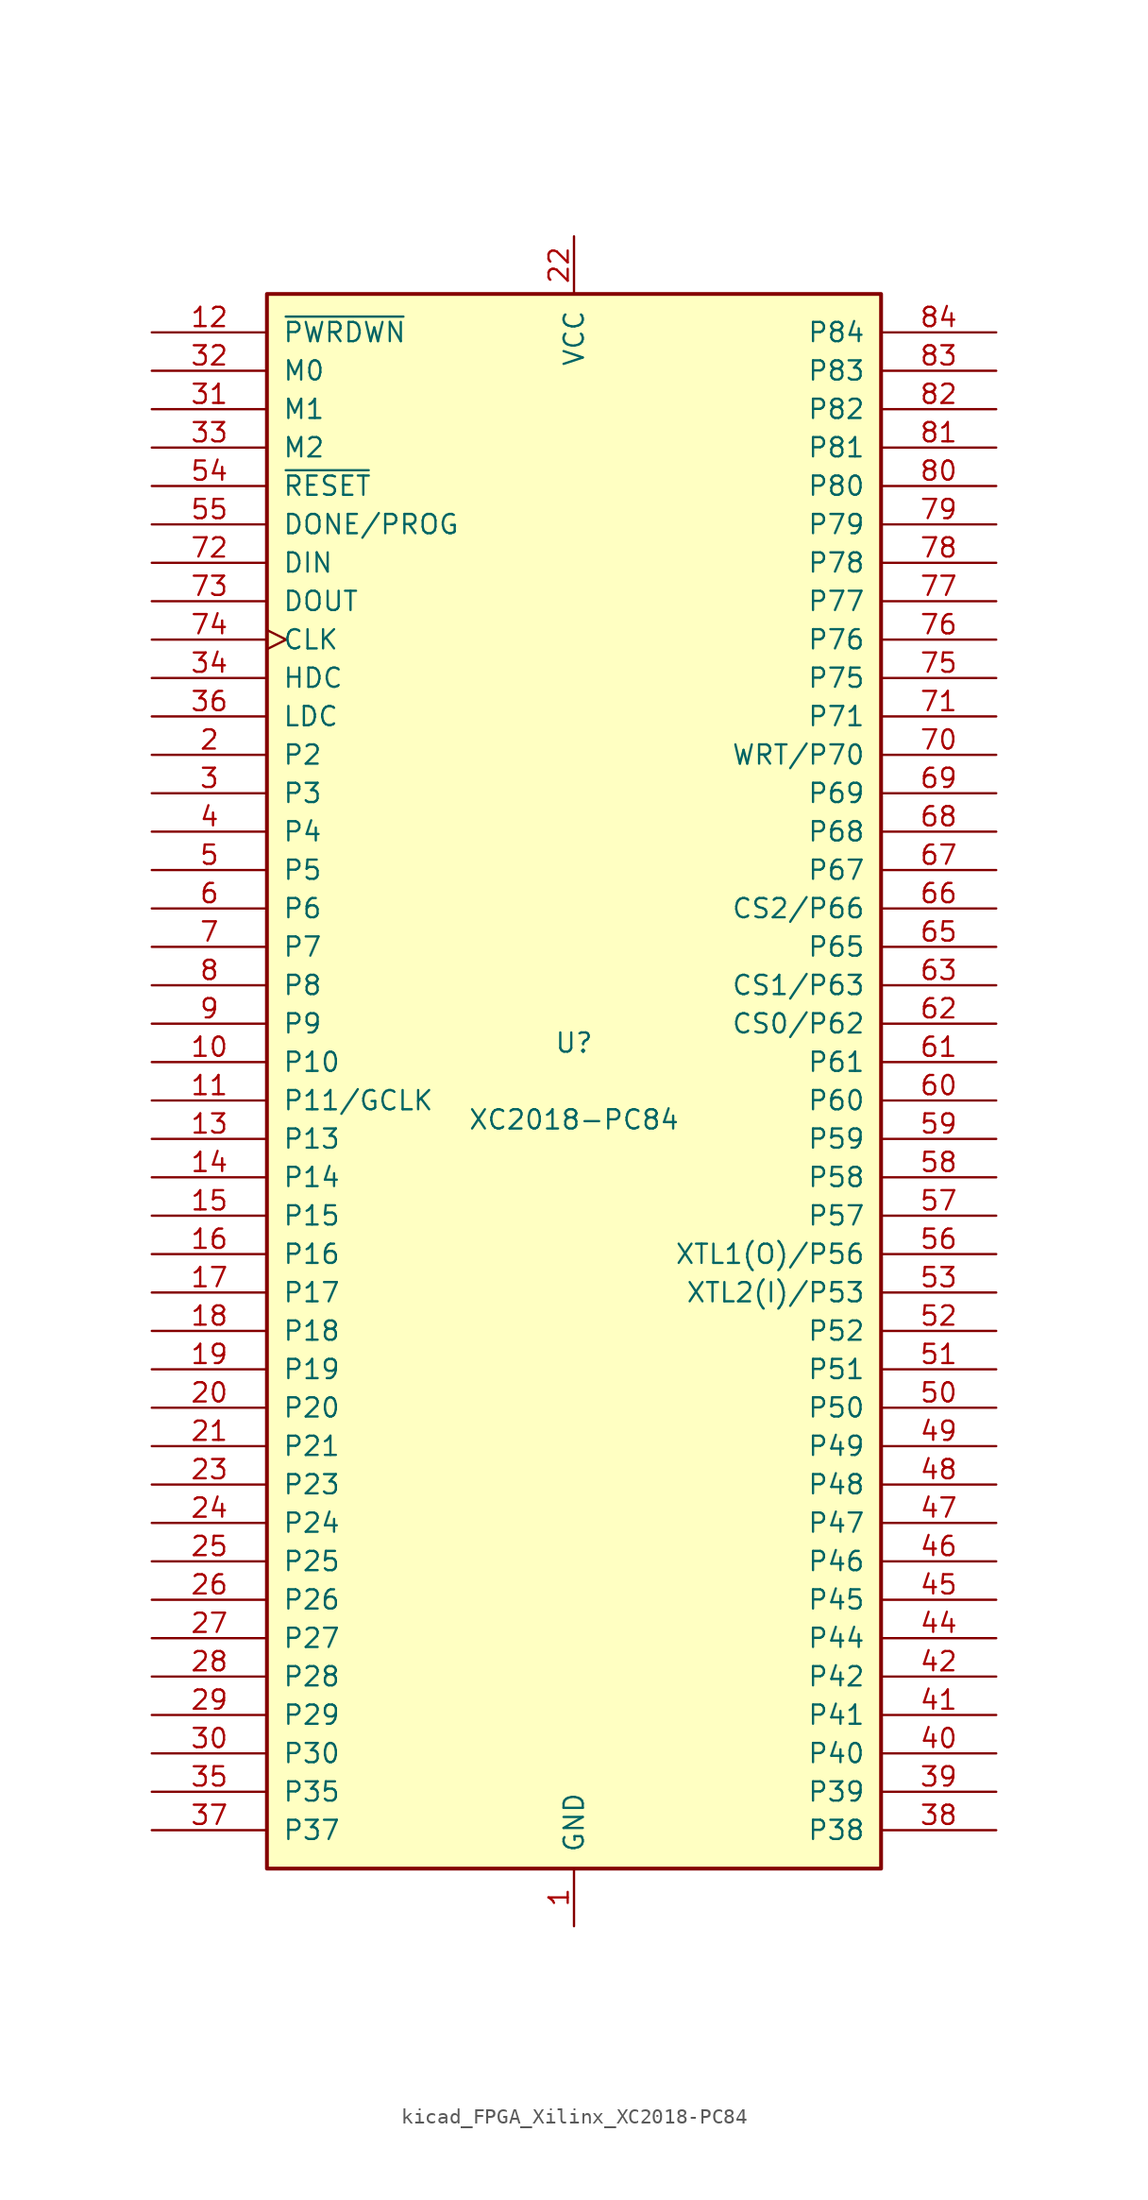
<source format=kicad_sym>
(kicad_symbol_lib
  (version 20220914)
  (generator kicad_symbol_editor)
  (symbol "kicad_FPGA_Xilinx_XC2018-PC84"
    (pin_names
      (offset 1.016))
    (property "Reference" "U"
      (at 0 2.54 0)
      (effects (font (size 1.27 1.27))))
    (property "Value" "XC2018-PC84"
      (at 0 -2.54 0)
      (effects (font (size 1.27 1.27))))
    (symbol "kicad_FPGA_Xilinx_XC2018-PC84_0_1"
      (rectangle (start -20.32 -52.07) (end 20.32 52.07) (stroke (width 0.254) (type default)) (fill (type background))))
    (symbol "kicad_FPGA_Xilinx_XC2018-PC84_1_1"
      (pin power_in line (at 0 -55.88 90) (length 3.81) (name "GND" (effects (font (size 1.27 1.27)))) (number "1" (effects (font (size 1.27 1.27)))))
      (pin passive line (at -27.94 1.27 0) (length 7.62) (name "P10" (effects (font (size 1.27 1.27)))) (number "10" (effects (font (size 1.27 1.27)))))
      (pin passive line (at -27.94 -1.27 0) (length 7.62) (name "P11/GCLK" (effects (font (size 1.27 1.27)))) (number "11" (effects (font (size 1.27 1.27)))))
      (pin input line (at -27.94 49.53 0) (length 7.62) (name "~{PWRDWN}" (effects (font (size 1.27 1.27)))) (number "12" (effects (font (size 1.27 1.27)))))
      (pin passive line (at -27.94 -3.81 0) (length 7.62) (name "P13" (effects (font (size 1.27 1.27)))) (number "13" (effects (font (size 1.27 1.27)))))
      (pin passive line (at -27.94 -6.35 0) (length 7.62) (name "P14" (effects (font (size 1.27 1.27)))) (number "14" (effects (font (size 1.27 1.27)))))
      (pin passive line (at -27.94 -8.89 0) (length 7.62) (name "P15" (effects (font (size 1.27 1.27)))) (number "15" (effects (font (size 1.27 1.27)))))
      (pin passive line (at -27.94 -11.43 0) (length 7.62) (name "P16" (effects (font (size 1.27 1.27)))) (number "16" (effects (font (size 1.27 1.27)))))
      (pin passive line (at -27.94 -13.97 0) (length 7.62) (name "P17" (effects (font (size 1.27 1.27)))) (number "17" (effects (font (size 1.27 1.27)))))
      (pin passive line (at -27.94 -16.51 0) (length 7.62) (name "P18" (effects (font (size 1.27 1.27)))) (number "18" (effects (font (size 1.27 1.27)))))
      (pin passive line (at -27.94 -19.05 0) (length 7.62) (name "P19" (effects (font (size 1.27 1.27)))) (number "19" (effects (font (size 1.27 1.27)))))
      (pin passive line (at -27.94 21.59 0) (length 7.62) (name "P2" (effects (font (size 1.27 1.27)))) (number "2" (effects (font (size 1.27 1.27)))))
      (pin passive line (at -27.94 -21.59 0) (length 7.62) (name "P20" (effects (font (size 1.27 1.27)))) (number "20" (effects (font (size 1.27 1.27)))))
      (pin passive line (at -27.94 -24.13 0) (length 7.62) (name "P21" (effects (font (size 1.27 1.27)))) (number "21" (effects (font (size 1.27 1.27)))))
      (pin power_in line (at 0 55.88 270) (length 3.81) (name "VCC" (effects (font (size 1.27 1.27)))) (number "22" (effects (font (size 1.27 1.27)))))
      (pin passive line (at -27.94 -26.67 0) (length 7.62) (name "P23" (effects (font (size 1.27 1.27)))) (number "23" (effects (font (size 1.27 1.27)))))
      (pin passive line (at -27.94 -29.21 0) (length 7.62) (name "P24" (effects (font (size 1.27 1.27)))) (number "24" (effects (font (size 1.27 1.27)))))
      (pin passive line (at -27.94 -31.75 0) (length 7.62) (name "P25" (effects (font (size 1.27 1.27)))) (number "25" (effects (font (size 1.27 1.27)))))
      (pin passive line (at -27.94 -34.29 0) (length 7.62) (name "P26" (effects (font (size 1.27 1.27)))) (number "26" (effects (font (size 1.27 1.27)))))
      (pin passive line (at -27.94 -36.83 0) (length 7.62) (name "P27" (effects (font (size 1.27 1.27)))) (number "27" (effects (font (size 1.27 1.27)))))
      (pin passive line (at -27.94 -39.37 0) (length 7.62) (name "P28" (effects (font (size 1.27 1.27)))) (number "28" (effects (font (size 1.27 1.27)))))
      (pin passive line (at -27.94 -41.91 0) (length 7.62) (name "P29" (effects (font (size 1.27 1.27)))) (number "29" (effects (font (size 1.27 1.27)))))
      (pin passive line (at -27.94 19.05 0) (length 7.62) (name "P3" (effects (font (size 1.27 1.27)))) (number "3" (effects (font (size 1.27 1.27)))))
      (pin passive line (at -27.94 -44.45 0) (length 7.62) (name "P30" (effects (font (size 1.27 1.27)))) (number "30" (effects (font (size 1.27 1.27)))))
      (pin input line (at -27.94 44.45 0) (length 7.62) (name "M1" (effects (font (size 1.27 1.27)))) (number "31" (effects (font (size 1.27 1.27)))))
      (pin input line (at -27.94 46.99 0) (length 7.62) (name "M0" (effects (font (size 1.27 1.27)))) (number "32" (effects (font (size 1.27 1.27)))))
      (pin bidirectional line (at -27.94 41.91 0) (length 7.62) (name "M2" (effects (font (size 1.27 1.27)))) (number "33" (effects (font (size 1.27 1.27)))))
      (pin passive line (at -27.94 26.67 0) (length 7.62) (name "HDC" (effects (font (size 1.27 1.27)))) (number "34" (effects (font (size 1.27 1.27)))))
      (pin passive line (at -27.94 -46.99 0) (length 7.62) (name "P35" (effects (font (size 1.27 1.27)))) (number "35" (effects (font (size 1.27 1.27)))))
      (pin passive line (at -27.94 24.13 0) (length 7.62) (name "LDC" (effects (font (size 1.27 1.27)))) (number "36" (effects (font (size 1.27 1.27)))))
      (pin passive line (at -27.94 -49.53 0) (length 7.62) (name "P37" (effects (font (size 1.27 1.27)))) (number "37" (effects (font (size 1.27 1.27)))))
      (pin passive line (at 27.94 -49.53 180) (length 7.62) (name "P38" (effects (font (size 1.27 1.27)))) (number "38" (effects (font (size 1.27 1.27)))))
      (pin passive line (at 27.94 -46.99 180) (length 7.62) (name "P39" (effects (font (size 1.27 1.27)))) (number "39" (effects (font (size 1.27 1.27)))))
      (pin passive line (at -27.94 16.51 0) (length 7.62) (name "P4" (effects (font (size 1.27 1.27)))) (number "4" (effects (font (size 1.27 1.27)))))
      (pin passive line (at 27.94 -44.45 180) (length 7.62) (name "P40" (effects (font (size 1.27 1.27)))) (number "40" (effects (font (size 1.27 1.27)))))
      (pin passive line (at 27.94 -41.91 180) (length 7.62) (name "P41" (effects (font (size 1.27 1.27)))) (number "41" (effects (font (size 1.27 1.27)))))
      (pin passive line (at 27.94 -39.37 180) (length 7.62) (name "P42" (effects (font (size 1.27 1.27)))) (number "42" (effects (font (size 1.27 1.27)))))
      (pin passive line (at 0 -55.88 90) (length 3.81) hide (name "GND" (effects (font (size 1.27 1.27)))) (number "43" (effects (font (size 1.27 1.27)))))
      (pin passive line (at 27.94 -36.83 180) (length 7.62) (name "P44" (effects (font (size 1.27 1.27)))) (number "44" (effects (font (size 1.27 1.27)))))
      (pin passive line (at 27.94 -34.29 180) (length 7.62) (name "P45" (effects (font (size 1.27 1.27)))) (number "45" (effects (font (size 1.27 1.27)))))
      (pin passive line (at 27.94 -31.75 180) (length 7.62) (name "P46" (effects (font (size 1.27 1.27)))) (number "46" (effects (font (size 1.27 1.27)))))
      (pin passive line (at 27.94 -29.21 180) (length 7.62) (name "P47" (effects (font (size 1.27 1.27)))) (number "47" (effects (font (size 1.27 1.27)))))
      (pin passive line (at 27.94 -26.67 180) (length 7.62) (name "P48" (effects (font (size 1.27 1.27)))) (number "48" (effects (font (size 1.27 1.27)))))
      (pin passive line (at 27.94 -24.13 180) (length 7.62) (name "P49" (effects (font (size 1.27 1.27)))) (number "49" (effects (font (size 1.27 1.27)))))
      (pin passive line (at -27.94 13.97 0) (length 7.62) (name "P5" (effects (font (size 1.27 1.27)))) (number "5" (effects (font (size 1.27 1.27)))))
      (pin passive line (at 27.94 -21.59 180) (length 7.62) (name "P50" (effects (font (size 1.27 1.27)))) (number "50" (effects (font (size 1.27 1.27)))))
      (pin passive line (at 27.94 -19.05 180) (length 7.62) (name "P51" (effects (font (size 1.27 1.27)))) (number "51" (effects (font (size 1.27 1.27)))))
      (pin passive line (at 27.94 -16.51 180) (length 7.62) (name "P52" (effects (font (size 1.27 1.27)))) (number "52" (effects (font (size 1.27 1.27)))))
      (pin passive line (at 27.94 -13.97 180) (length 7.62) (name "XTL2(I)/P53" (effects (font (size 1.27 1.27)))) (number "53" (effects (font (size 1.27 1.27)))))
      (pin input line (at -27.94 39.37 0) (length 7.62) (name "~{RESET}" (effects (font (size 1.27 1.27)))) (number "54" (effects (font (size 1.27 1.27)))))
      (pin bidirectional line (at -27.94 36.83 0) (length 7.62) (name "DONE/PROG" (effects (font (size 1.27 1.27)))) (number "55" (effects (font (size 1.27 1.27)))))
      (pin passive line (at 27.94 -11.43 180) (length 7.62) (name "XTL1(O)/P56" (effects (font (size 1.27 1.27)))) (number "56" (effects (font (size 1.27 1.27)))))
      (pin passive line (at 27.94 -8.89 180) (length 7.62) (name "P57" (effects (font (size 1.27 1.27)))) (number "57" (effects (font (size 1.27 1.27)))))
      (pin passive line (at 27.94 -6.35 180) (length 7.62) (name "P58" (effects (font (size 1.27 1.27)))) (number "58" (effects (font (size 1.27 1.27)))))
      (pin passive line (at 27.94 -3.81 180) (length 7.62) (name "P59" (effects (font (size 1.27 1.27)))) (number "59" (effects (font (size 1.27 1.27)))))
      (pin passive line (at -27.94 11.43 0) (length 7.62) (name "P6" (effects (font (size 1.27 1.27)))) (number "6" (effects (font (size 1.27 1.27)))))
      (pin passive line (at 27.94 -1.27 180) (length 7.62) (name "P60" (effects (font (size 1.27 1.27)))) (number "60" (effects (font (size 1.27 1.27)))))
      (pin passive line (at 27.94 1.27 180) (length 7.62) (name "P61" (effects (font (size 1.27 1.27)))) (number "61" (effects (font (size 1.27 1.27)))))
      (pin passive line (at 27.94 3.81 180) (length 7.62) (name "CS0/P62" (effects (font (size 1.27 1.27)))) (number "62" (effects (font (size 1.27 1.27)))))
      (pin passive line (at 27.94 6.35 180) (length 7.62) (name "CS1/P63" (effects (font (size 1.27 1.27)))) (number "63" (effects (font (size 1.27 1.27)))))
      (pin passive line (at 0 55.88 270) (length 3.81) hide (name "VCC" (effects (font (size 1.27 1.27)))) (number "64" (effects (font (size 1.27 1.27)))))
      (pin passive line (at 27.94 8.89 180) (length 7.62) (name "P65" (effects (font (size 1.27 1.27)))) (number "65" (effects (font (size 1.27 1.27)))))
      (pin passive line (at 27.94 11.43 180) (length 7.62) (name "CS2/P66" (effects (font (size 1.27 1.27)))) (number "66" (effects (font (size 1.27 1.27)))))
      (pin passive line (at 27.94 13.97 180) (length 7.62) (name "P67" (effects (font (size 1.27 1.27)))) (number "67" (effects (font (size 1.27 1.27)))))
      (pin passive line (at 27.94 16.51 180) (length 7.62) (name "P68" (effects (font (size 1.27 1.27)))) (number "68" (effects (font (size 1.27 1.27)))))
      (pin passive line (at 27.94 19.05 180) (length 7.62) (name "P69" (effects (font (size 1.27 1.27)))) (number "69" (effects (font (size 1.27 1.27)))))
      (pin passive line (at -27.94 8.89 0) (length 7.62) (name "P7" (effects (font (size 1.27 1.27)))) (number "7" (effects (font (size 1.27 1.27)))))
      (pin passive line (at 27.94 21.59 180) (length 7.62) (name "WRT/P70" (effects (font (size 1.27 1.27)))) (number "70" (effects (font (size 1.27 1.27)))))
      (pin passive line (at 27.94 24.13 180) (length 7.62) (name "P71" (effects (font (size 1.27 1.27)))) (number "71" (effects (font (size 1.27 1.27)))))
      (pin input line (at -27.94 34.29 0) (length 7.62) (name "DIN" (effects (font (size 1.27 1.27)))) (number "72" (effects (font (size 1.27 1.27)))))
      (pin passive line (at -27.94 31.75 0) (length 7.62) (name "DOUT" (effects (font (size 1.27 1.27)))) (number "73" (effects (font (size 1.27 1.27)))))
      (pin bidirectional clock (at -27.94 29.21 0) (length 7.62) (name "CLK" (effects (font (size 1.27 1.27)))) (number "74" (effects (font (size 1.27 1.27)))))
      (pin passive line (at 27.94 26.67 180) (length 7.62) (name "P75" (effects (font (size 1.27 1.27)))) (number "75" (effects (font (size 1.27 1.27)))))
      (pin passive line (at 27.94 29.21 180) (length 7.62) (name "P76" (effects (font (size 1.27 1.27)))) (number "76" (effects (font (size 1.27 1.27)))))
      (pin passive line (at 27.94 31.75 180) (length 7.62) (name "P77" (effects (font (size 1.27 1.27)))) (number "77" (effects (font (size 1.27 1.27)))))
      (pin passive line (at 27.94 34.29 180) (length 7.62) (name "P78" (effects (font (size 1.27 1.27)))) (number "78" (effects (font (size 1.27 1.27)))))
      (pin passive line (at 27.94 36.83 180) (length 7.62) (name "P79" (effects (font (size 1.27 1.27)))) (number "79" (effects (font (size 1.27 1.27)))))
      (pin passive line (at -27.94 6.35 0) (length 7.62) (name "P8" (effects (font (size 1.27 1.27)))) (number "8" (effects (font (size 1.27 1.27)))))
      (pin passive line (at 27.94 39.37 180) (length 7.62) (name "P80" (effects (font (size 1.27 1.27)))) (number "80" (effects (font (size 1.27 1.27)))))
      (pin passive line (at 27.94 41.91 180) (length 7.62) (name "P81" (effects (font (size 1.27 1.27)))) (number "81" (effects (font (size 1.27 1.27)))))
      (pin passive line (at 27.94 44.45 180) (length 7.62) (name "P82" (effects (font (size 1.27 1.27)))) (number "82" (effects (font (size 1.27 1.27)))))
      (pin passive line (at 27.94 46.99 180) (length 7.62) (name "P83" (effects (font (size 1.27 1.27)))) (number "83" (effects (font (size 1.27 1.27)))))
      (pin passive line (at 27.94 49.53 180) (length 7.62) (name "P84" (effects (font (size 1.27 1.27)))) (number "84" (effects (font (size 1.27 1.27)))))
      (pin passive line (at -27.94 3.81 0) (length 7.62) (name "P9" (effects (font (size 1.27 1.27)))) (number "9" (effects (font (size 1.27 1.27))))))))
</source>
